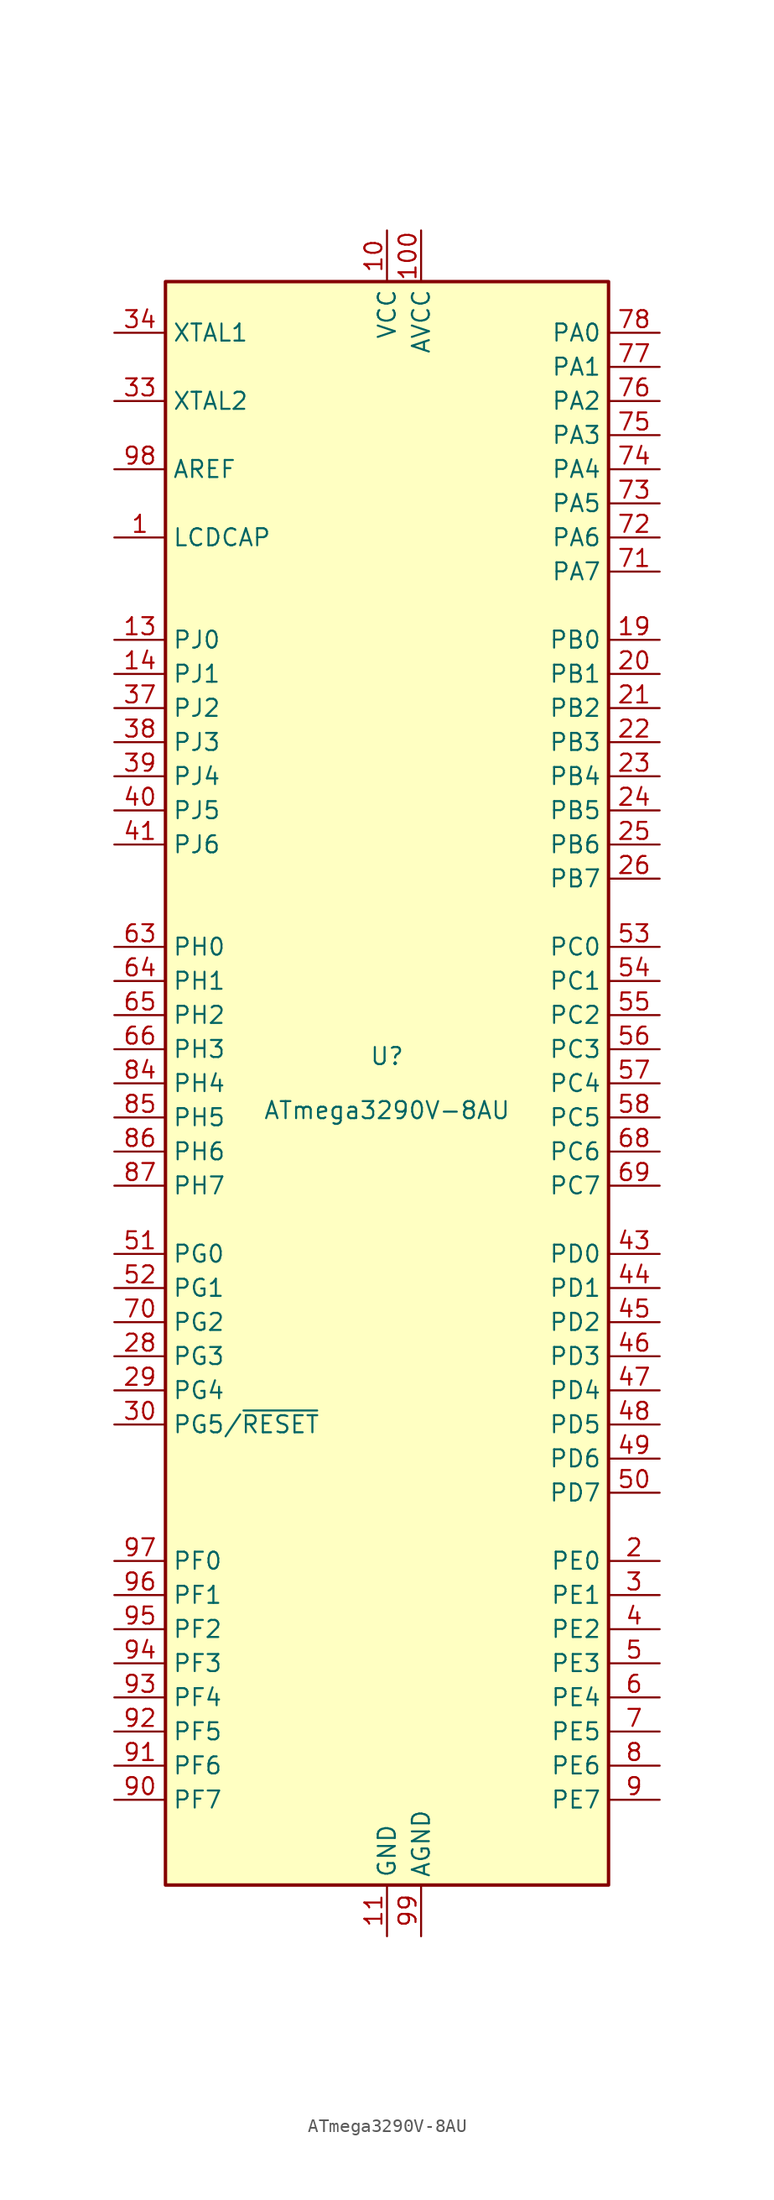
<source format=kicad_sym>
(kicad_symbol_lib
  (version 20201005)
  (generator kicad_symbol_editor)
  (symbol "ATmega3290V-8AU"
    (property "Reference" "U"
      (at 0 1.27 0)
      (effects (font (size 1.27 1.27)) (justify bottom)))
    (property "Value" "ATmega3290V-8AU"
      (at 0 -1.27 0)
      (effects (font (size 1.27 1.27)) (justify top)))
    (symbol "ATmega3290V-8AU_0_1"
      (rectangle (start -16.51 -59.69) (end 16.51 59.69) (stroke (width 0.254)) (fill (type background))))
    (symbol "ATmega3290V-8AU_1_1"
      (pin passive line (at -20.32 40.64 0) (length 3.81) (name "LCDCAP" (effects (font (size 1.27 1.27)))) (number "1" (effects (font (size 1.27 1.27)))))
      (pin power_in line (at 0 63.5 270) (length 3.81) (name "VCC" (effects (font (size 1.27 1.27)))) (number "10" (effects (font (size 1.27 1.27)))))
      (pin power_in line (at 2.54 63.5 270) (length 3.81) (name "AVCC" (effects (font (size 1.27 1.27)))) (number "100" (effects (font (size 1.27 1.27)))))
      (pin power_in line (at 0 -63.5 90) (length 3.81) (name "GND" (effects (font (size 1.27 1.27)))) (number "11" (effects (font (size 1.27 1.27)))))
      (pin no_connect line (at -15.24 38.1 0) (length 2.54) hide (name "NC" (effects (font (size 1.27 1.27)))) (number "12" (effects (font (size 1.27 1.27)))))
      (pin tri_state line (at -20.32 33.02 0) (length 3.81) (name "PJ0" (effects (font (size 1.27 1.27)))) (number "13" (effects (font (size 1.27 1.27)))))
      (pin tri_state line (at -20.32 30.48 0) (length 3.81) (name "PJ1" (effects (font (size 1.27 1.27)))) (number "14" (effects (font (size 1.27 1.27)))))
      (pin no_connect line (at -15.24 35.56 0) (length 2.54) hide (name "NC" (effects (font (size 1.27 1.27)))) (number "15" (effects (font (size 1.27 1.27)))))
      (pin no_connect line (at -15.24 15.24 0) (length 2.54) hide (name "NC" (effects (font (size 1.27 1.27)))) (number "16" (effects (font (size 1.27 1.27)))))
      (pin no_connect line (at -15.24 12.7 0) (length 2.54) hide (name "NC" (effects (font (size 1.27 1.27)))) (number "17" (effects (font (size 1.27 1.27)))))
      (pin no_connect line (at -15.24 -10.16 0) (length 2.54) hide (name "NC" (effects (font (size 1.27 1.27)))) (number "18" (effects (font (size 1.27 1.27)))))
      (pin tri_state line (at 20.32 33.02 180) (length 3.81) (name "PB0" (effects (font (size 1.27 1.27)))) (number "19" (effects (font (size 1.27 1.27)))))
      (pin tri_state line (at 20.32 -35.56 180) (length 3.81) (name "PE0" (effects (font (size 1.27 1.27)))) (number "2" (effects (font (size 1.27 1.27)))))
      (pin tri_state line (at 20.32 30.48 180) (length 3.81) (name "PB1" (effects (font (size 1.27 1.27)))) (number "20" (effects (font (size 1.27 1.27)))))
      (pin tri_state line (at 20.32 27.94 180) (length 3.81) (name "PB2" (effects (font (size 1.27 1.27)))) (number "21" (effects (font (size 1.27 1.27)))))
      (pin tri_state line (at 20.32 25.4 180) (length 3.81) (name "PB3" (effects (font (size 1.27 1.27)))) (number "22" (effects (font (size 1.27 1.27)))))
      (pin tri_state line (at 20.32 22.86 180) (length 3.81) (name "PB4" (effects (font (size 1.27 1.27)))) (number "23" (effects (font (size 1.27 1.27)))))
      (pin tri_state line (at 20.32 20.32 180) (length 3.81) (name "PB5" (effects (font (size 1.27 1.27)))) (number "24" (effects (font (size 1.27 1.27)))))
      (pin tri_state line (at 20.32 17.78 180) (length 3.81) (name "PB6" (effects (font (size 1.27 1.27)))) (number "25" (effects (font (size 1.27 1.27)))))
      (pin tri_state line (at 20.32 15.24 180) (length 3.81) (name "PB7" (effects (font (size 1.27 1.27)))) (number "26" (effects (font (size 1.27 1.27)))))
      (pin no_connect line (at -15.24 -27.94 0) (length 2.54) hide (name "NC" (effects (font (size 1.27 1.27)))) (number "27" (effects (font (size 1.27 1.27)))))
      (pin tri_state line (at -20.32 -20.32 0) (length 3.81) (name "PG3" (effects (font (size 1.27 1.27)))) (number "28" (effects (font (size 1.27 1.27)))))
      (pin tri_state line (at -20.32 -22.86 0) (length 3.81) (name "PG4" (effects (font (size 1.27 1.27)))) (number "29" (effects (font (size 1.27 1.27)))))
      (pin tri_state line (at 20.32 -38.1 180) (length 3.81) (name "PE1" (effects (font (size 1.27 1.27)))) (number "3" (effects (font (size 1.27 1.27)))))
      (pin tri_state line (at -20.32 -25.4 0) (length 3.81) (name "PG5/~RESET" (effects (font (size 1.27 1.27)))) (number "30" (effects (font (size 1.27 1.27)))))
      (pin passive line (at 0 63.5 270) (length 3.81) hide (name "VCC" (effects (font (size 1.27 1.27)))) (number "31" (effects (font (size 1.27 1.27)))))
      (pin passive line (at 0 -63.5 90) (length 3.81) hide (name "GND" (effects (font (size 1.27 1.27)))) (number "32" (effects (font (size 1.27 1.27)))))
      (pin output line (at -20.32 50.8 0) (length 3.81) (name "XTAL2" (effects (font (size 1.27 1.27)))) (number "33" (effects (font (size 1.27 1.27)))))
      (pin input line (at -20.32 55.88 0) (length 3.81) (name "XTAL1" (effects (font (size 1.27 1.27)))) (number "34" (effects (font (size 1.27 1.27)))))
      (pin no_connect line (at -15.24 -30.48 0) (length 2.54) hide (name "NC" (effects (font (size 1.27 1.27)))) (number "35" (effects (font (size 1.27 1.27)))))
      (pin no_connect line (at -15.24 -33.02 0) (length 2.54) hide (name "NC" (effects (font (size 1.27 1.27)))) (number "36" (effects (font (size 1.27 1.27)))))
      (pin tri_state line (at -20.32 27.94 0) (length 3.81) (name "PJ2" (effects (font (size 1.27 1.27)))) (number "37" (effects (font (size 1.27 1.27)))))
      (pin tri_state line (at -20.32 25.4 0) (length 3.81) (name "PJ3" (effects (font (size 1.27 1.27)))) (number "38" (effects (font (size 1.27 1.27)))))
      (pin tri_state line (at -20.32 22.86 0) (length 3.81) (name "PJ4" (effects (font (size 1.27 1.27)))) (number "39" (effects (font (size 1.27 1.27)))))
      (pin tri_state line (at 20.32 -40.64 180) (length 3.81) (name "PE2" (effects (font (size 1.27 1.27)))) (number "4" (effects (font (size 1.27 1.27)))))
      (pin tri_state line (at -20.32 20.32 0) (length 3.81) (name "PJ5" (effects (font (size 1.27 1.27)))) (number "40" (effects (font (size 1.27 1.27)))))
      (pin tri_state line (at -20.32 17.78 0) (length 3.81) (name "PJ6" (effects (font (size 1.27 1.27)))) (number "41" (effects (font (size 1.27 1.27)))))
      (pin no_connect line (at -15.24 -58.42 90) (length 2.54) hide (name "NC" (effects (font (size 1.27 1.27)))) (number "42" (effects (font (size 1.27 1.27)))))
      (pin tri_state line (at 20.32 -12.7 180) (length 3.81) (name "PD0" (effects (font (size 1.27 1.27)))) (number "43" (effects (font (size 1.27 1.27)))))
      (pin tri_state line (at 20.32 -15.24 180) (length 3.81) (name "PD1" (effects (font (size 1.27 1.27)))) (number "44" (effects (font (size 1.27 1.27)))))
      (pin tri_state line (at 20.32 -17.78 180) (length 3.81) (name "PD2" (effects (font (size 1.27 1.27)))) (number "45" (effects (font (size 1.27 1.27)))))
      (pin tri_state line (at 20.32 -20.32 180) (length 3.81) (name "PD3" (effects (font (size 1.27 1.27)))) (number "46" (effects (font (size 1.27 1.27)))))
      (pin tri_state line (at 20.32 -22.86 180) (length 3.81) (name "PD4" (effects (font (size 1.27 1.27)))) (number "47" (effects (font (size 1.27 1.27)))))
      (pin tri_state line (at 20.32 -25.4 180) (length 3.81) (name "PD5" (effects (font (size 1.27 1.27)))) (number "48" (effects (font (size 1.27 1.27)))))
      (pin tri_state line (at 20.32 -27.94 180) (length 3.81) (name "PD6" (effects (font (size 1.27 1.27)))) (number "49" (effects (font (size 1.27 1.27)))))
      (pin tri_state line (at 20.32 -43.18 180) (length 3.81) (name "PE3" (effects (font (size 1.27 1.27)))) (number "5" (effects (font (size 1.27 1.27)))))
      (pin tri_state line (at 20.32 -30.48 180) (length 3.81) (name "PD7" (effects (font (size 1.27 1.27)))) (number "50" (effects (font (size 1.27 1.27)))))
      (pin tri_state line (at -20.32 -12.7 0) (length 3.81) (name "PG0" (effects (font (size 1.27 1.27)))) (number "51" (effects (font (size 1.27 1.27)))))
      (pin tri_state line (at -20.32 -15.24 0) (length 3.81) (name "PG1" (effects (font (size 1.27 1.27)))) (number "52" (effects (font (size 1.27 1.27)))))
      (pin tri_state line (at 20.32 10.16 180) (length 3.81) (name "PC0" (effects (font (size 1.27 1.27)))) (number "53" (effects (font (size 1.27 1.27)))))
      (pin tri_state line (at 20.32 7.62 180) (length 3.81) (name "PC1" (effects (font (size 1.27 1.27)))) (number "54" (effects (font (size 1.27 1.27)))))
      (pin tri_state line (at 20.32 5.08 180) (length 3.81) (name "PC2" (effects (font (size 1.27 1.27)))) (number "55" (effects (font (size 1.27 1.27)))))
      (pin tri_state line (at 20.32 2.54 180) (length 3.81) (name "PC3" (effects (font (size 1.27 1.27)))) (number "56" (effects (font (size 1.27 1.27)))))
      (pin tri_state line (at 20.32 0 180) (length 3.81) (name "PC4" (effects (font (size 1.27 1.27)))) (number "57" (effects (font (size 1.27 1.27)))))
      (pin tri_state line (at 20.32 -2.54 180) (length 3.81) (name "PC5" (effects (font (size 1.27 1.27)))) (number "58" (effects (font (size 1.27 1.27)))))
      (pin no_connect line (at -12.7 -58.42 90) (length 2.54) hide (name "NC" (effects (font (size 1.27 1.27)))) (number "59" (effects (font (size 1.27 1.27)))))
      (pin tri_state line (at 20.32 -45.72 180) (length 3.81) (name "PE4" (effects (font (size 1.27 1.27)))) (number "6" (effects (font (size 1.27 1.27)))))
      (pin no_connect line (at -10.16 -58.42 90) (length 2.54) hide (name "NC" (effects (font (size 1.27 1.27)))) (number "60" (effects (font (size 1.27 1.27)))))
      (pin no_connect line (at -7.62 -58.42 90) (length 2.54) hide (name "NC" (effects (font (size 1.27 1.27)))) (number "61" (effects (font (size 1.27 1.27)))))
      (pin no_connect line (at -5.08 -58.42 90) (length 2.54) hide (name "NC" (effects (font (size 1.27 1.27)))) (number "62" (effects (font (size 1.27 1.27)))))
      (pin tri_state line (at -20.32 10.16 0) (length 3.81) (name "PH0" (effects (font (size 1.27 1.27)))) (number "63" (effects (font (size 1.27 1.27)))))
      (pin tri_state line (at -20.32 7.62 0) (length 3.81) (name "PH1" (effects (font (size 1.27 1.27)))) (number "64" (effects (font (size 1.27 1.27)))))
      (pin tri_state line (at -20.32 5.08 0) (length 3.81) (name "PH2" (effects (font (size 1.27 1.27)))) (number "65" (effects (font (size 1.27 1.27)))))
      (pin tri_state line (at -20.32 2.54 0) (length 3.81) (name "PH3" (effects (font (size 1.27 1.27)))) (number "66" (effects (font (size 1.27 1.27)))))
      (pin no_connect line (at -2.54 -58.42 90) (length 2.54) hide (name "NC" (effects (font (size 1.27 1.27)))) (number "67" (effects (font (size 1.27 1.27)))))
      (pin tri_state line (at 20.32 -5.08 180) (length 3.81) (name "PC6" (effects (font (size 1.27 1.27)))) (number "68" (effects (font (size 1.27 1.27)))))
      (pin tri_state line (at 20.32 -7.62 180) (length 3.81) (name "PC7" (effects (font (size 1.27 1.27)))) (number "69" (effects (font (size 1.27 1.27)))))
      (pin tri_state line (at 20.32 -48.26 180) (length 3.81) (name "PE5" (effects (font (size 1.27 1.27)))) (number "7" (effects (font (size 1.27 1.27)))))
      (pin tri_state line (at -20.32 -17.78 0) (length 3.81) (name "PG2" (effects (font (size 1.27 1.27)))) (number "70" (effects (font (size 1.27 1.27)))))
      (pin tri_state line (at 20.32 38.1 180) (length 3.81) (name "PA7" (effects (font (size 1.27 1.27)))) (number "71" (effects (font (size 1.27 1.27)))))
      (pin tri_state line (at 20.32 40.64 180) (length 3.81) (name "PA6" (effects (font (size 1.27 1.27)))) (number "72" (effects (font (size 1.27 1.27)))))
      (pin tri_state line (at 20.32 43.18 180) (length 3.81) (name "PA5" (effects (font (size 1.27 1.27)))) (number "73" (effects (font (size 1.27 1.27)))))
      (pin tri_state line (at 20.32 45.72 180) (length 3.81) (name "PA4" (effects (font (size 1.27 1.27)))) (number "74" (effects (font (size 1.27 1.27)))))
      (pin tri_state line (at 20.32 48.26 180) (length 3.81) (name "PA3" (effects (font (size 1.27 1.27)))) (number "75" (effects (font (size 1.27 1.27)))))
      (pin tri_state line (at 20.32 50.8 180) (length 3.81) (name "PA2" (effects (font (size 1.27 1.27)))) (number "76" (effects (font (size 1.27 1.27)))))
      (pin tri_state line (at 20.32 53.34 180) (length 3.81) (name "PA1" (effects (font (size 1.27 1.27)))) (number "77" (effects (font (size 1.27 1.27)))))
      (pin tri_state line (at 20.32 55.88 180) (length 3.81) (name "PA0" (effects (font (size 1.27 1.27)))) (number "78" (effects (font (size 1.27 1.27)))))
      (pin no_connect line (at 5.08 -58.42 90) (length 2.54) hide (name "NC" (effects (font (size 1.27 1.27)))) (number "79" (effects (font (size 1.27 1.27)))))
      (pin tri_state line (at 20.32 -50.8 180) (length 3.81) (name "PE6" (effects (font (size 1.27 1.27)))) (number "8" (effects (font (size 1.27 1.27)))))
      (pin passive line (at 0 63.5 270) (length 3.81) hide (name "VCC" (effects (font (size 1.27 1.27)))) (number "80" (effects (font (size 1.27 1.27)))))
      (pin passive line (at 0 -63.5 90) (length 3.81) hide (name "GND" (effects (font (size 1.27 1.27)))) (number "81" (effects (font (size 1.27 1.27)))))
      (pin no_connect line (at 7.62 -58.42 90) (length 2.54) hide (name "NC" (effects (font (size 1.27 1.27)))) (number "82" (effects (font (size 1.27 1.27)))))
      (pin no_connect line (at 10.16 -58.42 90) (length 2.54) hide (name "NC" (effects (font (size 1.27 1.27)))) (number "83" (effects (font (size 1.27 1.27)))))
      (pin tri_state line (at -20.32 0 0) (length 3.81) (name "PH4" (effects (font (size 1.27 1.27)))) (number "84" (effects (font (size 1.27 1.27)))))
      (pin tri_state line (at -20.32 -2.54 0) (length 3.81) (name "PH5" (effects (font (size 1.27 1.27)))) (number "85" (effects (font (size 1.27 1.27)))))
      (pin tri_state line (at -20.32 -5.08 0) (length 3.81) (name "PH6" (effects (font (size 1.27 1.27)))) (number "86" (effects (font (size 1.27 1.27)))))
      (pin tri_state line (at -20.32 -7.62 0) (length 3.81) (name "PH7" (effects (font (size 1.27 1.27)))) (number "87" (effects (font (size 1.27 1.27)))))
      (pin no_connect line (at 12.7 -58.42 90) (length 2.54) hide (name "NC" (effects (font (size 1.27 1.27)))) (number "88" (effects (font (size 1.27 1.27)))))
      (pin no_connect line (at 15.24 -58.42 90) (length 2.54) hide (name "NC" (effects (font (size 1.27 1.27)))) (number "89" (effects (font (size 1.27 1.27)))))
      (pin tri_state line (at 20.32 -53.34 180) (length 3.81) (name "PE7" (effects (font (size 1.27 1.27)))) (number "9" (effects (font (size 1.27 1.27)))))
      (pin tri_state line (at -20.32 -53.34 0) (length 3.81) (name "PF7" (effects (font (size 1.27 1.27)))) (number "90" (effects (font (size 1.27 1.27)))))
      (pin tri_state line (at -20.32 -50.8 0) (length 3.81) (name "PF6" (effects (font (size 1.27 1.27)))) (number "91" (effects (font (size 1.27 1.27)))))
      (pin tri_state line (at -20.32 -48.26 0) (length 3.81) (name "PF5" (effects (font (size 1.27 1.27)))) (number "92" (effects (font (size 1.27 1.27)))))
      (pin tri_state line (at -20.32 -45.72 0) (length 3.81) (name "PF4" (effects (font (size 1.27 1.27)))) (number "93" (effects (font (size 1.27 1.27)))))
      (pin tri_state line (at -20.32 -43.18 0) (length 3.81) (name "PF3" (effects (font (size 1.27 1.27)))) (number "94" (effects (font (size 1.27 1.27)))))
      (pin tri_state line (at -20.32 -40.64 0) (length 3.81) (name "PF2" (effects (font (size 1.27 1.27)))) (number "95" (effects (font (size 1.27 1.27)))))
      (pin tri_state line (at -20.32 -38.1 0) (length 3.81) (name "PF1" (effects (font (size 1.27 1.27)))) (number "96" (effects (font (size 1.27 1.27)))))
      (pin tri_state line (at -20.32 -35.56 0) (length 3.81) (name "PF0" (effects (font (size 1.27 1.27)))) (number "97" (effects (font (size 1.27 1.27)))))
      (pin passive line (at -20.32 45.72 0) (length 3.81) (name "AREF" (effects (font (size 1.27 1.27)))) (number "98" (effects (font (size 1.27 1.27)))))
      (pin power_in line (at 2.54 -63.5 90) (length 3.81) (name "AGND" (effects (font (size 1.27 1.27)))) (number "99" (effects (font (size 1.27 1.27))))))))
</source>
